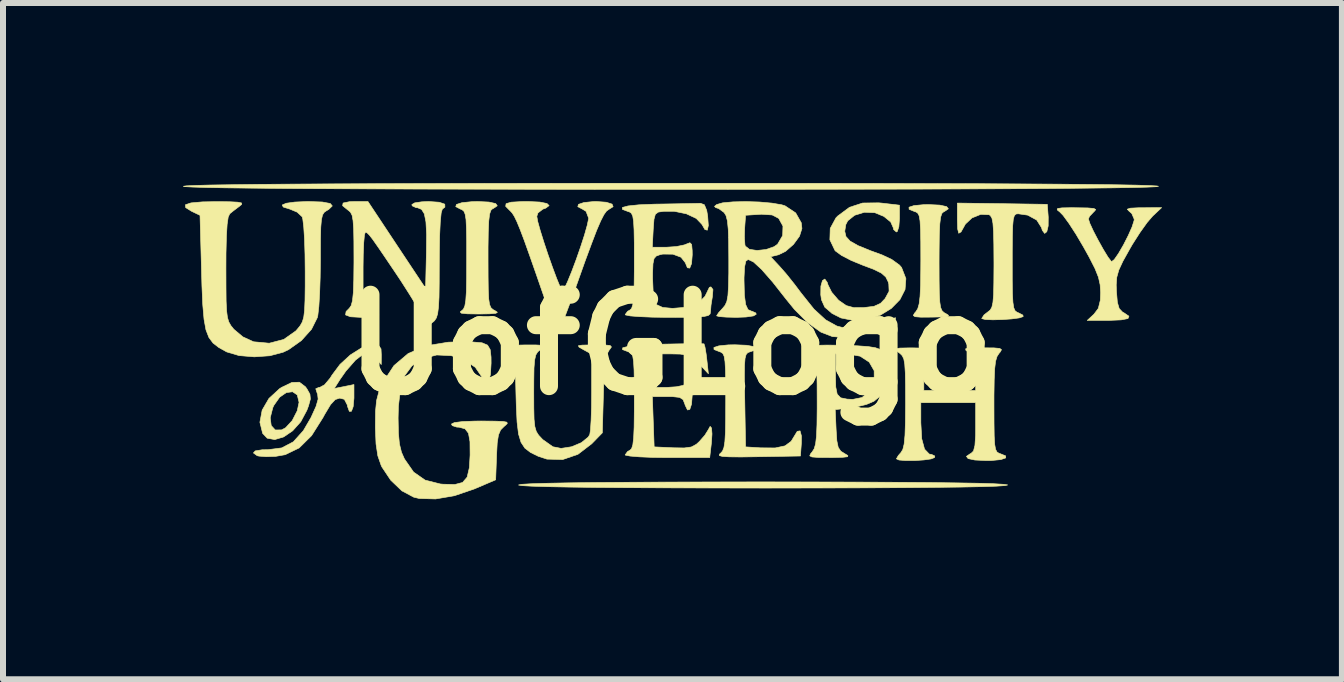
<source format=kicad_pcb>
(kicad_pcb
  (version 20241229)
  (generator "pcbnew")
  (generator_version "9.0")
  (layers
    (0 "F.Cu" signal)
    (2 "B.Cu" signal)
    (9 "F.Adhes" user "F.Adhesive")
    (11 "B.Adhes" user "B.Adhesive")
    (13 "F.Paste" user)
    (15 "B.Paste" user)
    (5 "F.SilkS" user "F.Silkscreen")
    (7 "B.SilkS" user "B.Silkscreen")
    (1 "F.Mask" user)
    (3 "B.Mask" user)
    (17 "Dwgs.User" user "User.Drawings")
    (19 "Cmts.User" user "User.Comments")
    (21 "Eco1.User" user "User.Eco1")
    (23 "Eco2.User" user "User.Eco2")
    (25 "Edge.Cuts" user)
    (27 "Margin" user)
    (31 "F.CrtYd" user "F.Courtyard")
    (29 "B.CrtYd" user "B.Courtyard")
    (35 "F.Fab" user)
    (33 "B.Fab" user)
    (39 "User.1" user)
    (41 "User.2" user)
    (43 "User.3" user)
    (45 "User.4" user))
  (footprint "UofGLogo"
    (layer "F.Cu")
    (at 8.133 2.697)
    (property "Reference" "UofGLogo" (at 0 0 0) (layer "F.SilkS") (effects (font (size 1.524 1.524) (thickness 0.3))))
    (attr through_hole)
    (fp_poly (pts (xy -6.091 0.701) (xy -6.065 0.738) (xy -6.017 0.824) (xy -6.009 0.904) (xy -6.04 1.017) (xy -6.068 1.092) (xy -6.17 1.283) (xy -6.305 1.434) (xy -6.455 1.536) (xy -6.603 1.58) (xy -6.729 1.557) (xy -6.805 1.477) (xy -6.851 1.291) (xy -6.837 1.218) (xy -6.679 1.218) (xy -6.662 1.347) (xy -6.595 1.42) (xy -6.49 1.419) (xy -6.423 1.384) (xy -6.312 1.264) (xy -6.228 1.1) (xy -6.198 0.959) (xy -6.228 0.836) (xy -6.306 0.783) (xy -6.411 0.797) (xy -6.522 0.874) (xy -6.618 1.01) (xy -6.636 1.049) (xy -6.679 1.218) (xy -6.837 1.218) (xy -6.813 1.089) (xy -6.7 0.895) (xy -6.523 0.732) (xy -6.49 0.711) (xy -6.318 0.628) (xy -6.192 0.624) (xy -6.091 0.701)) (stroke (width 0.01) (type solid)) (fill yes) (layer "F.SilkS"))
    (fp_poly (pts (xy 2.351 2.287) (xy 3.091 2.289) (xy 3.739 2.292) (xy 4.292 2.296) (xy 4.751 2.302) (xy 5.114 2.308) (xy 5.38 2.316) (xy 5.546 2.326) (xy 5.612 2.336) (xy 5.613 2.337) (xy 5.57 2.347) (xy 5.424 2.357) (xy 5.178 2.365) (xy 4.832 2.372) (xy 4.385 2.377) (xy 3.837 2.382) (xy 3.191 2.385) (xy 2.444 2.387) (xy 1.599 2.388) (xy 1.552 2.388) (xy 0.71 2.387) (xy -0.037 2.385) (xy -0.689 2.382) (xy -1.244 2.378) (xy -1.701 2.372) (xy -2.06 2.365) (xy -2.32 2.357) (xy -2.48 2.348) (xy -2.54 2.338) (xy -2.54 2.337) (xy -2.489 2.326) (xy -2.338 2.317) (xy -2.087 2.309) (xy -1.736 2.302) (xy -1.287 2.296) (xy -0.741 2.292) (xy -0.098 2.289) (xy 0.641 2.287) (xy 1.475 2.286) (xy 1.521 2.286) (xy 2.351 2.287)) (stroke (width 0.01) (type solid)) (fill yes) (layer "F.SilkS"))
    (fp_poly (pts (xy -3.033 -2.379) (xy -2.921 -2.354) (xy -2.894 -2.317) (xy -2.96 -2.272) (xy -2.972 -2.268) (xy -3.001 -2.241) (xy -3.022 -2.178) (xy -3.036 -2.064) (xy -3.044 -1.885) (xy -3.048 -1.626) (xy -3.048 -1.432) (xy -3.047 -1.129) (xy -3.044 -0.912) (xy -3.037 -0.765) (xy -3.023 -0.672) (xy -3 -0.618) (xy -2.966 -0.587) (xy -2.934 -0.57) (xy -2.892 -0.542) (xy -2.917 -0.525) (xy -3.021 -0.516) (xy -3.2 -0.513) (xy -3.393 -0.516) (xy -3.494 -0.527) (xy -3.512 -0.548) (xy -3.493 -0.563) (xy -3.459 -0.593) (xy -3.435 -0.646) (xy -3.419 -0.739) (xy -3.409 -0.887) (xy -3.405 -1.105) (xy -3.404 -1.409) (xy -3.404 -1.422) (xy -3.404 -1.725) (xy -3.408 -1.942) (xy -3.415 -2.088) (xy -3.43 -2.178) (xy -3.452 -2.228) (xy -3.484 -2.253) (xy -3.506 -2.261) (xy -3.586 -2.302) (xy -3.574 -2.339) (xy -3.482 -2.369) (xy -3.321 -2.385) (xy -3.223 -2.388) (xy -3.033 -2.379)) (stroke (width 0.01) (type solid)) (fill yes) (layer "F.SilkS"))
    (fp_poly (pts (xy 4.483 -2.328) (xy 4.596 -2.303) (xy 4.625 -2.267) (xy 4.56 -2.222) (xy 4.547 -2.217) (xy 4.517 -2.19) (xy 4.496 -2.127) (xy 4.482 -2.013) (xy 4.474 -1.834) (xy 4.471 -1.576) (xy 4.47 -1.381) (xy 4.471 -1.078) (xy 4.474 -0.861) (xy 4.482 -0.714) (xy 4.496 -0.622) (xy 4.519 -0.568) (xy 4.553 -0.536) (xy 4.585 -0.519) (xy 4.629 -0.49) (xy 4.606 -0.473) (xy 4.504 -0.464) (xy 4.348 -0.461) (xy 4.166 -0.46) (xy 4.069 -0.468) (xy 4.04 -0.489) (xy 4.062 -0.528) (xy 4.082 -0.55) (xy 4.115 -0.602) (xy 4.138 -0.682) (xy 4.153 -0.807) (xy 4.162 -0.993) (xy 4.165 -1.256) (xy 4.166 -1.418) (xy 4.165 -1.715) (xy 4.161 -1.925) (xy 4.153 -2.065) (xy 4.138 -2.15) (xy 4.114 -2.195) (xy 4.08 -2.216) (xy 4.064 -2.22) (xy 3.971 -2.258) (xy 3.969 -2.293) (xy 4.051 -2.32) (xy 4.207 -2.335) (xy 4.293 -2.337) (xy 4.483 -2.328)) (stroke (width 0.01) (type solid)) (fill yes) (layer "F.SilkS"))
    (fp_poly (pts (xy 1.26 0.008) (xy 1.383 0.03) (xy 1.426 0.061) (xy 1.381 0.097) (xy 1.319 0.117) (xy 1.28 0.132) (xy 1.253 0.164) (xy 1.236 0.228) (xy 1.227 0.339) (xy 1.225 0.514) (xy 1.228 0.768) (xy 1.231 0.923) (xy 1.245 1.702) (xy 1.495 1.718) (xy 1.738 1.72) (xy 1.902 1.685) (xy 2.005 1.609) (xy 2.042 1.548) (xy 2.106 1.443) (xy 2.153 1.435) (xy 2.176 1.52) (xy 2.175 1.638) (xy 2.159 1.854) (xy 1.448 1.866) (xy 1.167 1.87) (xy 0.974 1.868) (xy 0.859 1.861) (xy 0.808 1.847) (xy 0.809 1.824) (xy 0.826 1.81) (xy 0.86 1.773) (xy 0.884 1.712) (xy 0.9 1.612) (xy 0.909 1.456) (xy 0.913 1.23) (xy 0.914 0.942) (xy 0.914 0.64) (xy 0.91 0.425) (xy 0.902 0.281) (xy 0.888 0.193) (xy 0.866 0.145) (xy 0.833 0.123) (xy 0.813 0.116) (xy 0.719 0.079) (xy 0.717 0.045) (xy 0.8 0.018) (xy 0.957 0.002) (xy 1.067 0) (xy 1.26 0.008)) (stroke (width 0.01) (type solid)) (fill yes) (layer "F.SilkS"))
    (fp_poly (pts (xy 1.22 -2.692) (xy 2.342 -2.691) (xy 3.366 -2.69) (xy 4.291 -2.687) (xy 5.117 -2.685) (xy 5.844 -2.681) (xy 6.471 -2.677) (xy 6.998 -2.672) (xy 7.425 -2.667) (xy 7.751 -2.661) (xy 7.977 -2.654) (xy 8.101 -2.647) (xy 8.128 -2.642) (xy 8.077 -2.634) (xy 7.925 -2.627) (xy 7.672 -2.621) (xy 7.318 -2.615) (xy 6.864 -2.61) (xy 6.31 -2.605) (xy 5.656 -2.601) (xy 4.902 -2.598) (xy 4.049 -2.595) (xy 3.097 -2.593) (xy 2.047 -2.592) (xy 0.898 -2.591) (xy 0 -2.591) (xy -1.22 -2.591) (xy -2.342 -2.592) (xy -3.366 -2.594) (xy -4.291 -2.596) (xy -5.117 -2.599) (xy -5.844 -2.602) (xy -6.471 -2.606) (xy -6.998 -2.611) (xy -7.425 -2.616) (xy -7.751 -2.622) (xy -7.977 -2.629) (xy -8.101 -2.636) (xy -8.128 -2.642) (xy -8.077 -2.649) (xy -7.925 -2.656) (xy -7.672 -2.663) (xy -7.318 -2.668) (xy -6.864 -2.674) (xy -6.31 -2.678) (xy -5.656 -2.682) (xy -4.902 -2.685) (xy -4.049 -2.688) (xy -3.097 -2.69) (xy -2.047 -2.691) (xy -0.898 -2.692) (xy 0 -2.692) (xy 1.22 -2.692)) (stroke (width 0.01) (type solid)) (fill yes) (layer "F.SilkS"))
    (fp_poly (pts (xy -4.871 0.012) (xy -4.832 0.068) (xy -4.827 0.165) (xy -4.828 0.33) (xy -4.921 0.21) (xy -5.002 0.129) (xy -5.08 0.127) (xy -5.11 0.142) (xy -5.257 0.255) (xy -5.416 0.436) (xy -5.517 0.58) (xy -5.611 0.729) (xy -5.283 0.663) (xy -5.283 0.89) (xy -5.296 1.031) (xy -5.325 1.108) (xy -5.36 1.11) (xy -5.391 1.025) (xy -5.394 1.003) (xy -5.443 0.909) (xy -5.52 0.889) (xy -5.595 0.913) (xy -5.673 0.997) (xy -5.769 1.157) (xy -5.8 1.214) (xy -5.989 1.514) (xy -6.196 1.719) (xy -6.429 1.832) (xy -6.589 1.86) (xy -6.747 1.865) (xy -6.865 1.856) (xy -6.896 1.849) (xy -6.959 1.803) (xy -6.929 1.769) (xy -6.813 1.75) (xy -6.718 1.749) (xy -6.487 1.719) (xy -6.293 1.617) (xy -6.126 1.431) (xy -5.999 1.213) (xy -5.915 1.028) (xy -5.88 0.906) (xy -5.889 0.823) (xy -5.896 0.807) (xy -5.92 0.733) (xy -5.869 0.711) (xy -5.856 0.711) (xy -5.774 0.668) (xy -5.68 0.556) (xy -5.649 0.506) (xy -5.516 0.328) (xy -5.344 0.17) (xy -5.16 0.054) (xy -4.994 0.001) (xy -4.971 0) (xy -4.871 0.012)) (stroke (width 0.01) (type solid)) (fill yes) (layer "F.SilkS"))
    (fp_poly (pts (xy 5.524 -2.352) (xy 6.274 -2.341) (xy 6.29 -2.129) (xy 6.289 -1.981) (xy 6.266 -1.885) (xy 6.23 -1.856) (xy 6.191 -1.908) (xy 6.177 -1.954) (xy 6.098 -2.079) (xy 5.947 -2.161) (xy 5.788 -2.184) (xy 5.751 -2.179) (xy 5.725 -2.153) (xy 5.707 -2.091) (xy 5.697 -1.98) (xy 5.692 -1.804) (xy 5.69 -1.55) (xy 5.69 -1.375) (xy 5.69 -1.071) (xy 5.693 -0.854) (xy 5.701 -0.708) (xy 5.715 -0.617) (xy 5.737 -0.567) (xy 5.77 -0.542) (xy 5.795 -0.532) (xy 5.867 -0.495) (xy 5.872 -0.47) (xy 5.807 -0.448) (xy 5.68 -0.431) (xy 5.523 -0.42) (xy 5.367 -0.416) (xy 5.243 -0.421) (xy 5.183 -0.436) (xy 5.182 -0.44) (xy 5.22 -0.498) (xy 5.283 -0.547) (xy 5.322 -0.578) (xy 5.35 -0.626) (xy 5.368 -0.707) (xy 5.379 -0.837) (xy 5.383 -1.033) (xy 5.385 -1.311) (xy 5.385 -1.374) (xy 5.383 -1.672) (xy 5.378 -1.885) (xy 5.368 -2.026) (xy 5.351 -2.111) (xy 5.325 -2.154) (xy 5.303 -2.168) (xy 5.165 -2.174) (xy 5.019 -2.115) (xy 4.909 -2.012) (xy 4.898 -1.992) (xy 4.836 -1.881) (xy 4.798 -1.859) (xy 4.78 -1.93) (xy 4.775 -2.087) (xy 4.775 -2.362) (xy 5.524 -2.352)) (stroke (width 0.01) (type solid)) (fill yes) (layer "F.SilkS"))
    (fp_poly (pts (xy 8.031 -2.146) (xy 7.938 -2.038) (xy 7.818 -1.87) (xy 7.692 -1.673) (xy 7.647 -1.595) (xy 7.534 -1.392) (xy 7.466 -1.246) (xy 7.432 -1.125) (xy 7.423 -0.999) (xy 7.427 -0.885) (xy 7.442 -0.708) (xy 7.472 -0.605) (xy 7.527 -0.546) (xy 7.556 -0.53) (xy 7.635 -0.476) (xy 7.619 -0.437) (xy 7.505 -0.415) (xy 7.293 -0.406) (xy 7.272 -0.406) (xy 6.94 -0.406) (xy 7.052 -0.51) (xy 7.125 -0.607) (xy 7.158 -0.742) (xy 7.163 -0.871) (xy 7.155 -1) (xy 7.127 -1.126) (xy 7.069 -1.271) (xy 6.972 -1.461) (xy 6.877 -1.632) (xy 6.753 -1.842) (xy 6.635 -2.024) (xy 6.539 -2.155) (xy 6.485 -2.211) (xy 6.439 -2.249) (xy 6.445 -2.271) (xy 6.518 -2.282) (xy 6.673 -2.285) (xy 6.758 -2.284) (xy 6.948 -2.281) (xy 7.051 -2.272) (xy 7.082 -2.253) (xy 7.054 -2.22) (xy 7.048 -2.215) (xy 6.977 -2.14) (xy 6.96 -2.097) (xy 6.983 -2.024) (xy 7.042 -1.896) (xy 7.123 -1.741) (xy 7.209 -1.587) (xy 7.286 -1.461) (xy 7.339 -1.392) (xy 7.347 -1.387) (xy 7.391 -1.421) (xy 7.461 -1.522) (xy 7.543 -1.663) (xy 7.623 -1.82) (xy 7.687 -1.964) (xy 7.721 -2.071) (xy 7.723 -2.093) (xy 7.682 -2.188) (xy 7.633 -2.231) (xy 7.607 -2.26) (xy 7.659 -2.277) (xy 7.799 -2.284) (xy 7.862 -2.284) (xy 8.18 -2.286) (xy 8.031 -2.146)) (stroke (width 0.01) (type solid)) (fill yes) (layer "F.SilkS"))
    (fp_poly (pts (xy 2.838 0.008) (xy 2.844 0.008) (xy 3.106 0.017) (xy 3.288 0.03) (xy 3.408 0.049) (xy 3.488 0.078) (xy 3.547 0.122) (xy 3.563 0.137) (xy 3.657 0.296) (xy 3.671 0.486) (xy 3.613 0.681) (xy 3.487 0.857) (xy 3.384 0.941) (xy 3.263 0.993) (xy 3.091 1.036) (xy 3.001 1.05) (xy 2.739 1.081) (xy 2.754 1.416) (xy 2.766 1.6) (xy 2.789 1.71) (xy 2.832 1.774) (xy 2.896 1.814) (xy 2.95 1.847) (xy 2.946 1.866) (xy 2.869 1.875) (xy 2.708 1.879) (xy 2.646 1.879) (xy 2.456 1.878) (xy 2.351 1.87) (xy 2.314 1.851) (xy 2.33 1.815) (xy 2.354 1.787) (xy 2.388 1.734) (xy 2.412 1.652) (xy 2.427 1.524) (xy 2.435 1.333) (xy 2.438 1.063) (xy 2.438 0.949) (xy 2.437 0.658) (xy 2.433 0.451) (xy 2.424 0.314) (xy 2.406 0.227) (xy 2.38 0.176) (xy 2.352 0.152) (xy 2.743 0.152) (xy 2.743 0.504) (xy 2.748 0.704) (xy 2.772 0.823) (xy 2.83 0.884) (xy 2.938 0.906) (xy 3.032 0.91) (xy 3.187 0.879) (xy 3.298 0.781) (xy 3.389 0.602) (xy 3.388 0.432) (xy 3.306 0.289) (xy 3.154 0.19) (xy 2.941 0.152) (xy 2.743 0.152) (xy 2.352 0.152) (xy 2.341 0.144) (xy 2.337 0.141) (xy 2.258 0.075) (xy 2.235 0.034) (xy 2.283 0.019) (xy 2.412 0.009) (xy 2.604 0.005) (xy 2.838 0.008)) (stroke (width 0.01) (type solid)) (fill yes) (layer "F.SilkS"))
    (fp_poly (pts (xy -1.077 -2.376) (xy -0.981 -2.345) (xy -0.963 -2.302) (xy -1.037 -2.255) (xy -1.037 -2.255) (xy -1.074 -2.228) (xy -1.117 -2.168) (xy -1.17 -2.065) (xy -1.238 -1.907) (xy -1.323 -1.685) (xy -1.433 -1.388) (xy -1.569 -1.006) (xy -1.579 -0.978) (xy -1.673 -0.718) (xy -1.757 -0.495) (xy -1.824 -0.325) (xy -1.868 -0.224) (xy -1.882 -0.204) (xy -1.908 -0.249) (xy -1.959 -0.371) (xy -2.027 -0.553) (xy -2.106 -0.774) (xy -2.106 -0.775) (xy -2.246 -1.179) (xy -2.358 -1.498) (xy -2.445 -1.742) (xy -2.514 -1.924) (xy -2.567 -2.052) (xy -2.609 -2.139) (xy -2.645 -2.196) (xy -2.679 -2.233) (xy -2.689 -2.242) (xy -2.754 -2.308) (xy -2.747 -2.352) (xy -2.662 -2.377) (xy -2.488 -2.387) (xy -2.379 -2.388) (xy -2.185 -2.379) (xy -2.066 -2.355) (xy -2.03 -2.32) (xy -2.086 -2.278) (xy -2.134 -2.261) (xy -2.216 -2.198) (xy -2.235 -2.141) (xy -2.22 -2.055) (xy -2.178 -1.904) (xy -2.118 -1.712) (xy -2.047 -1.499) (xy -1.973 -1.29) (xy -1.904 -1.105) (xy -1.848 -0.969) (xy -1.811 -0.902) (xy -1.807 -0.899) (xy -1.775 -0.939) (xy -1.721 -1.055) (xy -1.652 -1.224) (xy -1.577 -1.424) (xy -1.504 -1.634) (xy -1.44 -1.831) (xy -1.394 -1.994) (xy -1.372 -2.101) (xy -1.372 -2.113) (xy -1.414 -2.224) (xy -1.474 -2.261) (xy -1.552 -2.302) (xy -1.54 -2.341) (xy -1.45 -2.371) (xy -1.293 -2.387) (xy -1.242 -2.388) (xy -1.077 -2.376)) (stroke (width 0.01) (type solid)) (fill yes) (layer "F.SilkS"))
    (fp_poly (pts (xy 3.518 -2.361) (xy 3.81 -2.327) (xy 3.81 -2.103) (xy 3.8 -1.969) (xy 3.774 -1.889) (xy 3.759 -1.88) (xy 3.713 -1.92) (xy 3.708 -1.948) (xy 3.664 -2.047) (xy 3.55 -2.14) (xy 3.398 -2.202) (xy 3.397 -2.202) (xy 3.225 -2.209) (xy 3.063 -2.159) (xy 2.948 -2.067) (xy 2.915 -2.002) (xy 2.898 -1.892) (xy 2.918 -1.804) (xy 2.987 -1.728) (xy 3.119 -1.653) (xy 3.327 -1.568) (xy 3.52 -1.498) (xy 3.683 -1.421) (xy 3.811 -1.328) (xy 3.845 -1.288) (xy 3.917 -1.103) (xy 3.903 -0.921) (xy 3.817 -0.752) (xy 3.674 -0.606) (xy 3.489 -0.492) (xy 3.278 -0.422) (xy 3.055 -0.403) (xy 2.835 -0.447) (xy 2.687 -0.522) (xy 2.565 -0.627) (xy 2.51 -0.75) (xy 2.498 -0.834) (xy 2.5 -0.977) (xy 2.526 -1.069) (xy 2.565 -1.096) (xy 2.605 -1.042) (xy 2.619 -0.998) (xy 2.68 -0.876) (xy 2.787 -0.751) (xy 2.806 -0.734) (xy 2.924 -0.653) (xy 3.049 -0.619) (xy 3.215 -0.62) (xy 3.386 -0.641) (xy 3.494 -0.69) (xy 3.57 -0.769) (xy 3.637 -0.892) (xy 3.632 -1.013) (xy 3.622 -1.049) (xy 3.582 -1.13) (xy 3.508 -1.195) (xy 3.378 -1.259) (xy 3.202 -1.325) (xy 3.009 -1.404) (xy 2.845 -1.489) (xy 2.742 -1.564) (xy 2.735 -1.572) (xy 2.65 -1.75) (xy 2.656 -1.94) (xy 2.751 -2.115) (xy 2.781 -2.146) (xy 2.978 -2.292) (xy 3.196 -2.363) (xy 3.465 -2.366) (xy 3.518 -2.361)) (stroke (width 0.01) (type solid)) (fill yes) (layer "F.SilkS"))
    (fp_poly (pts (xy -1.101 0.003) (xy -1.013 0.012) (xy -0.991 0.036) (xy -1.021 0.08) (xy -1.029 0.089) (xy -1.065 0.155) (xy -1.091 0.27) (xy -1.109 0.449) (xy -1.122 0.708) (xy -1.125 0.823) (xy -1.143 1.468) (xy -1.319 1.649) (xy -1.55 1.826) (xy -1.804 1.913) (xy -2.066 1.906) (xy -2.21 1.859) (xy -2.34 1.795) (xy -2.434 1.723) (xy -2.498 1.626) (xy -2.54 1.487) (xy -2.564 1.289) (xy -2.577 1.016) (xy -2.582 0.839) (xy -2.589 0.553) (xy -2.598 0.353) (xy -2.61 0.22) (xy -2.63 0.139) (xy -2.659 0.093) (xy -2.7 0.065) (xy -2.709 0.06) (xy -2.747 0.033) (xy -2.716 0.016) (xy -2.605 0.007) (xy -2.44 0.003) (xy -2.25 0.003) (xy -2.146 0.009) (xy -2.116 0.026) (xy -2.143 0.057) (xy -2.173 0.079) (xy -2.22 0.118) (xy -2.252 0.17) (xy -2.271 0.253) (xy -2.282 0.386) (xy -2.285 0.588) (xy -2.286 0.794) (xy -2.285 1.058) (xy -2.281 1.241) (xy -2.268 1.363) (xy -2.244 1.445) (xy -2.205 1.507) (xy -2.146 1.57) (xy -2.138 1.579) (xy -1.967 1.7) (xy -1.83 1.727) (xy -1.656 1.7) (xy -1.493 1.632) (xy -1.378 1.539) (xy -1.352 1.496) (xy -1.34 1.416) (xy -1.33 1.256) (xy -1.323 1.041) (xy -1.321 0.792) (xy -1.321 0.785) (xy -1.321 0.156) (xy -1.46 0.08) (xy -1.531 0.039) (xy -1.542 0.016) (xy -1.482 0.006) (xy -1.337 0.002) (xy -1.275 0.002) (xy -1.101 0.003)) (stroke (width 0.01) (type solid)) (fill yes) (layer "F.SilkS"))
    (fp_poly (pts (xy 0.548 -0.016) (xy 0.552 -0.015) (xy 0.568 0.037) (xy 0.588 0.157) (xy 0.598 0.239) (xy 0.625 0.483) (xy 0.47 0.318) (xy 0.373 0.224) (xy 0.281 0.175) (xy 0.156 0.155) (xy 0.005 0.152) (xy -0.305 0.152) (xy -0.305 0.711) (xy -0.073 0.711) (xy 0.092 0.7) (xy 0.226 0.672) (xy 0.257 0.659) (xy 0.318 0.636) (xy 0.346 0.665) (xy 0.355 0.768) (xy 0.356 0.833) (xy 0.344 0.989) (xy 0.315 1.077) (xy 0.277 1.087) (xy 0.238 1.008) (xy 0.233 0.99) (xy 0.203 0.914) (xy 0.144 0.877) (xy 0.026 0.864) (xy -0.054 0.864) (xy -0.309 0.864) (xy -0.294 1.283) (xy -0.279 1.702) (xy 0.038 1.717) (xy 0.222 1.72) (xy 0.34 1.704) (xy 0.424 1.659) (xy 0.475 1.612) (xy 0.566 1.508) (xy 0.62 1.421) (xy 0.621 1.42) (xy 0.654 1.36) (xy 0.677 1.387) (xy 0.685 1.486) (xy 0.675 1.638) (xy 0.647 1.88) (xy -0.057 1.88) (xy -0.312 1.877) (xy -0.525 1.868) (xy -0.68 1.855) (xy -0.757 1.84) (xy -0.762 1.834) (xy -0.722 1.779) (xy -0.686 1.76) (xy -0.656 1.733) (xy -0.635 1.669) (xy -0.621 1.554) (xy -0.613 1.374) (xy -0.61 1.114) (xy -0.61 0.937) (xy -0.61 0.636) (xy -0.614 0.422) (xy -0.622 0.279) (xy -0.636 0.191) (xy -0.659 0.144) (xy -0.692 0.122) (xy -0.711 0.116) (xy -0.807 0.08) (xy -0.803 0.05) (xy -0.702 0.024) (xy -0.505 0.005) (xy -0.214 -0.008) (xy -0.14 -0.01) (xy 0.11 -0.015) (xy 0.321 -0.018) (xy 0.474 -0.018) (xy 0.548 -0.016)) (stroke (width 0.01) (type solid)) (fill yes) (layer "F.SilkS"))
    (fp_poly (pts (xy -4.57 -1.664) (xy -4.089 -0.94) (xy -4.075 -1.542) (xy -4.072 -1.839) (xy -4.083 -2.048) (xy -4.11 -2.183) (xy -4.156 -2.257) (xy -4.225 -2.285) (xy -4.248 -2.286) (xy -4.312 -2.316) (xy -4.318 -2.337) (xy -4.272 -2.365) (xy -4.154 -2.383) (xy -4.039 -2.388) (xy -3.862 -2.376) (xy -3.769 -2.344) (xy -3.767 -2.295) (xy -3.81 -2.261) (xy -3.829 -2.199) (xy -3.844 -2.047) (xy -3.855 -1.816) (xy -3.86 -1.518) (xy -3.861 -1.351) (xy -3.862 -1.029) (xy -3.865 -0.794) (xy -3.874 -0.629) (xy -3.888 -0.519) (xy -3.909 -0.449) (xy -3.939 -0.403) (xy -3.956 -0.387) (xy -4.016 -0.341) (xy -4.062 -0.349) (xy -4.115 -0.426) (xy -4.165 -0.519) (xy -4.242 -0.654) (xy -4.359 -0.844) (xy -4.496 -1.059) (xy -4.586 -1.194) (xy -4.758 -1.449) (xy -4.883 -1.632) (xy -4.969 -1.755) (xy -5.026 -1.828) (xy -5.063 -1.865) (xy -5.087 -1.877) (xy -5.093 -1.878) (xy -5.108 -1.831) (xy -5.12 -1.703) (xy -5.128 -1.513) (xy -5.131 -1.295) (xy -5.131 -0.71) (xy -4.979 -0.617) (xy -4.88 -0.544) (xy -4.869 -0.495) (xy -4.952 -0.467) (xy -5.13 -0.457) (xy -5.165 -0.457) (xy -5.342 -0.467) (xy -5.423 -0.498) (xy -5.414 -0.555) (xy -5.359 -0.61) (xy -5.329 -0.654) (xy -5.307 -0.737) (xy -5.293 -0.874) (xy -5.286 -1.081) (xy -5.283 -1.371) (xy -5.283 -1.428) (xy -5.284 -1.722) (xy -5.288 -1.93) (xy -5.298 -2.07) (xy -5.314 -2.158) (xy -5.341 -2.21) (xy -5.378 -2.243) (xy -5.385 -2.247) (xy -5.472 -2.318) (xy -5.464 -2.363) (xy -5.358 -2.385) (xy -5.268 -2.388) (xy -5.05 -2.388) (xy -4.57 -1.664)) (stroke (width 0.01) (type solid)) (fill yes) (layer "F.SilkS"))
    (fp_poly (pts (xy -3.306 -0.047) (xy -3.148 -0.033) (xy -3.056 0.006) (xy -3.012 0.081) (xy -2.998 0.204) (xy -2.997 0.307) (xy -3.008 0.495) (xy -3.037 0.609) (xy -3.079 0.641) (xy -3.129 0.582) (xy -3.146 0.543) (xy -3.26 0.376) (xy -3.442 0.252) (xy -3.665 0.181) (xy -3.903 0.17) (xy -4.128 0.227) (xy -4.149 0.237) (xy -4.317 0.352) (xy -4.435 0.512) (xy -4.508 0.732) (xy -4.542 1.026) (xy -4.547 1.219) (xy -4.542 1.472) (xy -4.525 1.653) (xy -4.491 1.791) (xy -4.442 1.902) (xy -4.289 2.122) (xy -4.097 2.256) (xy -3.844 2.32) (xy -3.799 2.324) (xy -3.601 2.329) (xy -3.472 2.295) (xy -3.396 2.206) (xy -3.359 2.047) (xy -3.347 1.837) (xy -3.349 1.615) (xy -3.374 1.475) (xy -3.431 1.401) (xy -3.529 1.374) (xy -3.569 1.372) (xy -3.644 1.348) (xy -3.658 1.321) (xy -3.609 1.297) (xy -3.474 1.28) (xy -3.268 1.272) (xy -3.162 1.271) (xy -2.937 1.273) (xy -2.799 1.278) (xy -2.734 1.29) (xy -2.727 1.312) (xy -2.765 1.349) (xy -2.779 1.36) (xy -2.838 1.419) (xy -2.874 1.502) (xy -2.895 1.634) (xy -2.906 1.842) (xy -2.906 1.849) (xy -2.921 2.251) (xy -3.277 2.403) (xy -3.608 2.516) (xy -3.923 2.57) (xy -4.196 2.562) (xy -4.287 2.54) (xy -4.484 2.435) (xy -4.67 2.257) (xy -4.817 2.037) (xy -4.831 2.007) (xy -4.885 1.851) (xy -4.915 1.653) (xy -4.926 1.385) (xy -4.926 1.343) (xy -4.923 1.103) (xy -4.906 0.929) (xy -4.869 0.787) (xy -4.808 0.643) (xy -4.798 0.624) (xy -4.616 0.347) (xy -4.379 0.146) (xy -4.08 0.017) (xy -3.712 -0.043) (xy -3.547 -0.049) (xy -3.306 -0.047)) (stroke (width 0.01) (type solid)) (fill yes) (layer "F.SilkS"))
    (fp_poly (pts (xy 5.385 0.052) (xy 5.482 0.061) (xy 5.511 0.082) (xy 5.488 0.122) (xy 5.469 0.144) (xy 5.436 0.195) (xy 5.412 0.275) (xy 5.397 0.4) (xy 5.389 0.586) (xy 5.385 0.85) (xy 5.385 1.012) (xy 5.386 1.309) (xy 5.389 1.519) (xy 5.397 1.659) (xy 5.412 1.743) (xy 5.436 1.788) (xy 5.47 1.809) (xy 5.486 1.814) (xy 5.58 1.852) (xy 5.581 1.886) (xy 5.499 1.914) (xy 5.343 1.929) (xy 5.258 1.93) (xy 5.067 1.921) (xy 4.954 1.897) (xy 4.926 1.86) (xy 4.99 1.816) (xy 5.004 1.81) (xy 5.044 1.771) (xy 5.068 1.677) (xy 5.079 1.511) (xy 5.08 1.373) (xy 5.08 0.965) (xy 4.166 0.965) (xy 4.166 1.299) (xy 4.181 1.567) (xy 4.228 1.74) (xy 4.307 1.822) (xy 4.348 1.829) (xy 4.399 1.854) (xy 4.394 1.88) (xy 4.336 1.903) (xy 4.214 1.92) (xy 4.063 1.93) (xy 3.915 1.93) (xy 3.803 1.921) (xy 3.759 1.901) (xy 3.791 1.846) (xy 3.835 1.796) (xy 3.866 1.745) (xy 3.888 1.655) (xy 3.902 1.509) (xy 3.909 1.294) (xy 3.912 0.993) (xy 3.912 0.964) (xy 3.911 0.672) (xy 3.907 0.464) (xy 3.898 0.324) (xy 3.882 0.235) (xy 3.855 0.18) (xy 3.817 0.143) (xy 3.799 0.13) (xy 3.747 0.089) (xy 3.747 0.065) (xy 3.814 0.055) (xy 3.964 0.052) (xy 4.04 0.052) (xy 4.222 0.056) (xy 4.316 0.066) (xy 4.339 0.087) (xy 4.305 0.122) (xy 4.249 0.197) (xy 4.222 0.331) (xy 4.216 0.475) (xy 4.216 0.762) (xy 5.08 0.762) (xy 5.08 0.485) (xy 5.072 0.313) (xy 5.042 0.208) (xy 4.979 0.139) (xy 4.967 0.13) (xy 4.915 0.089) (xy 4.915 0.065) (xy 4.983 0.054) (xy 5.133 0.051) (xy 5.204 0.051) (xy 5.385 0.052)) (stroke (width 0.01) (type solid)) (fill yes) (layer "F.SilkS"))
    (fp_poly (pts (xy -5.811 -2.38) (xy -5.678 -2.355) (xy -5.644 -2.314) (xy -5.705 -2.255) (xy -5.74 -2.235) (xy -5.779 -2.208) (xy -5.807 -2.164) (xy -5.825 -2.086) (xy -5.836 -1.96) (xy -5.841 -1.769) (xy -5.842 -1.496) (xy -5.842 -1.408) (xy -5.846 -1.122) (xy -5.855 -0.859) (xy -5.868 -0.641) (xy -5.885 -0.491) (xy -5.893 -0.455) (xy -5.991 -0.258) (xy -6.16 -0.07) (xy -6.373 0.081) (xy -6.463 0.124) (xy -6.685 0.183) (xy -6.944 0.201) (xy -7.198 0.18) (xy -7.404 0.119) (xy -7.413 0.114) (xy -7.537 0.045) (xy -7.632 -0.029) (xy -7.701 -0.122) (xy -7.75 -0.249) (xy -7.782 -0.425) (xy -7.803 -0.665) (xy -7.817 -0.982) (xy -7.823 -1.209) (xy -7.849 -2.158) (xy -7.989 -2.225) (xy -8.088 -2.287) (xy -8.092 -2.334) (xy -7.999 -2.365) (xy -7.808 -2.382) (xy -7.579 -2.386) (xy -7.355 -2.384) (xy -7.219 -2.377) (xy -7.157 -2.364) (xy -7.154 -2.341) (xy -7.188 -2.312) (xy -7.295 -2.231) (xy -7.353 -2.184) (xy -7.379 -2.129) (xy -7.397 -2.007) (xy -7.409 -1.809) (xy -7.416 -1.526) (xy -7.417 -1.272) (xy -7.416 -0.958) (xy -7.414 -0.729) (xy -7.406 -0.567) (xy -7.392 -0.456) (xy -7.369 -0.38) (xy -7.335 -0.32) (xy -7.287 -0.26) (xy -7.286 -0.259) (xy -7.135 -0.132) (xy -6.956 -0.05) (xy -6.696 -0.026) (xy -6.453 -0.089) (xy -6.252 -0.231) (xy -6.227 -0.259) (xy -6.178 -0.32) (xy -6.143 -0.382) (xy -6.12 -0.46) (xy -6.106 -0.574) (xy -6.099 -0.74) (xy -6.096 -0.977) (xy -6.096 -1.226) (xy -6.099 -1.51) (xy -6.107 -1.762) (xy -6.12 -1.964) (xy -6.136 -2.096) (xy -6.146 -2.133) (xy -6.23 -2.211) (xy -6.35 -2.261) (xy -6.461 -2.296) (xy -6.479 -2.33) (xy -6.412 -2.359) (xy -6.269 -2.379) (xy -6.058 -2.388) (xy -6.042 -2.388) (xy -5.811 -2.38)) (stroke (width 0.01) (type solid)) (fill yes) (layer "F.SilkS"))
    (fp_poly (pts (xy 0.558 -2.334) (xy 0.597 -2.24) (xy 0.613 -2.144) (xy 0.624 -1.987) (xy 0.607 -1.91) (xy 0.566 -1.922) (xy 0.518 -2.006) (xy 0.423 -2.106) (xy 0.259 -2.183) (xy 0.056 -2.225) (xy -0.118 -2.225) (xy -0.209 -2.212) (xy -0.259 -2.176) (xy -0.282 -2.092) (xy -0.294 -1.935) (xy -0.295 -1.918) (xy -0.31 -1.626) (xy -0.075 -1.626) (xy 0.09 -1.637) (xy 0.225 -1.665) (xy 0.257 -1.678) (xy 0.317 -1.701) (xy 0.346 -1.672) (xy 0.355 -1.57) (xy 0.356 -1.5) (xy 0.344 -1.353) (xy 0.314 -1.278) (xy 0.275 -1.284) (xy 0.24 -1.369) (xy 0.169 -1.459) (xy 0.034 -1.51) (xy -0.133 -1.512) (xy -0.178 -1.503) (xy -0.243 -1.48) (xy -0.281 -1.437) (xy -0.299 -1.35) (xy -0.305 -1.196) (xy -0.305 -1.101) (xy -0.296 -0.892) (xy -0.273 -0.739) (xy -0.244 -0.671) (xy -0.137 -0.622) (xy 0.028 -0.607) (xy 0.214 -0.622) (xy 0.382 -0.665) (xy 0.476 -0.715) (xy 0.568 -0.807) (xy 0.609 -0.889) (xy 0.61 -0.893) (xy 0.642 -0.958) (xy 0.667 -0.965) (xy 0.701 -0.921) (xy 0.692 -0.806) (xy 0.669 -0.662) (xy 0.66 -0.552) (xy 0.654 -0.515) (xy 0.623 -0.488) (xy 0.553 -0.472) (xy 0.429 -0.462) (xy 0.234 -0.458) (xy -0.047 -0.457) (xy -0.051 -0.457) (xy -0.306 -0.46) (xy -0.521 -0.469) (xy -0.677 -0.481) (xy -0.756 -0.497) (xy -0.762 -0.503) (xy -0.722 -0.558) (xy -0.686 -0.577) (xy -0.656 -0.604) (xy -0.635 -0.668) (xy -0.621 -0.783) (xy -0.613 -0.963) (xy -0.61 -1.223) (xy -0.61 -1.4) (xy -0.61 -1.701) (xy -0.614 -1.915) (xy -0.622 -2.058) (xy -0.636 -2.145) (xy -0.659 -2.193) (xy -0.692 -2.215) (xy -0.711 -2.22) (xy -0.808 -2.257) (xy -0.808 -2.289) (xy -0.715 -2.314) (xy -0.534 -2.333) (xy -0.27 -2.344) (xy -0.203 -2.345) (xy 0.043 -2.349) (xy 0.257 -2.353) (xy 0.416 -2.356) (xy 0.495 -2.358) (xy 0.558 -2.334)) (stroke (width 0.01) (type solid)) (fill yes) (layer "F.SilkS"))
    (fp_poly (pts (xy 1.475 -2.38) (xy 1.685 -2.361) (xy 1.849 -2.333) (xy 1.903 -2.316) (xy 2.08 -2.198) (xy 2.173 -2.034) (xy 2.184 -1.938) (xy 2.144 -1.811) (xy 2.043 -1.673) (xy 1.912 -1.558) (xy 1.796 -1.501) (xy 1.662 -1.468) (xy 1.814 -1.305) (xy 1.927 -1.176) (xy 2.064 -1.004) (xy 2.173 -0.859) (xy 2.385 -0.594) (xy 2.579 -0.416) (xy 2.767 -0.312) (xy 2.881 -0.283) (xy 3.069 -0.281) (xy 3.307 -0.318) (xy 3.557 -0.387) (xy 3.679 -0.433) (xy 3.745 -0.451) (xy 3.737 -0.411) (xy 3.639 -0.327) (xy 3.468 -0.249) (xy 3.254 -0.185) (xy 3.025 -0.142) (xy 2.81 -0.128) (xy 2.692 -0.137) (xy 2.5 -0.211) (xy 2.283 -0.366) (xy 2.059 -0.59) (xy 1.919 -0.762) (xy 1.695 -1.047) (xy 1.513 -1.255) (xy 1.376 -1.381) (xy 1.288 -1.422) (xy 1.249 -1.394) (xy 1.228 -1.298) (xy 1.219 -1.12) (xy 1.219 -1.071) (xy 1.225 -0.828) (xy 1.246 -0.671) (xy 1.285 -0.586) (xy 1.346 -0.559) (xy 1.352 -0.559) (xy 1.416 -0.53) (xy 1.422 -0.508) (xy 1.376 -0.481) (xy 1.252 -0.463) (xy 1.092 -0.457) (xy 0.924 -0.461) (xy 0.805 -0.47) (xy 0.762 -0.483) (xy 0.794 -0.533) (xy 0.864 -0.61) (xy 0.904 -0.659) (xy 0.933 -0.724) (xy 0.951 -0.823) (xy 0.96 -0.973) (xy 0.965 -1.193) (xy 0.965 -1.419) (xy 0.963 -1.714) (xy 0.961 -1.784) (xy 1.225 -1.784) (xy 1.234 -1.668) (xy 1.24 -1.645) (xy 1.309 -1.591) (xy 1.436 -1.572) (xy 1.585 -1.588) (xy 1.72 -1.635) (xy 1.778 -1.676) (xy 1.863 -1.821) (xy 1.868 -1.978) (xy 1.797 -2.107) (xy 1.688 -2.164) (xy 1.509 -2.176) (xy 1.48 -2.174) (xy 1.245 -2.159) (xy 1.229 -1.937) (xy 1.225 -1.784) (xy 0.961 -1.784) (xy 0.956 -1.924) (xy 0.942 -2.065) (xy 0.919 -2.153) (xy 0.887 -2.205) (xy 0.885 -2.206) (xy 0.796 -2.271) (xy 0.746 -2.287) (xy 0.727 -2.307) (xy 0.762 -2.337) (xy 0.862 -2.366) (xy 1.034 -2.382) (xy 1.248 -2.387) (xy 1.475 -2.38)) (stroke (width 0.01) (type solid)) (fill yes) (layer "F.SilkS")))
  (gr_rect
    (start -3 -3)
    (end 19.318 8.273)
    (stroke (width 0.1) (type default))
    (fill no)
    (layer "Edge.Cuts")))
</source>
